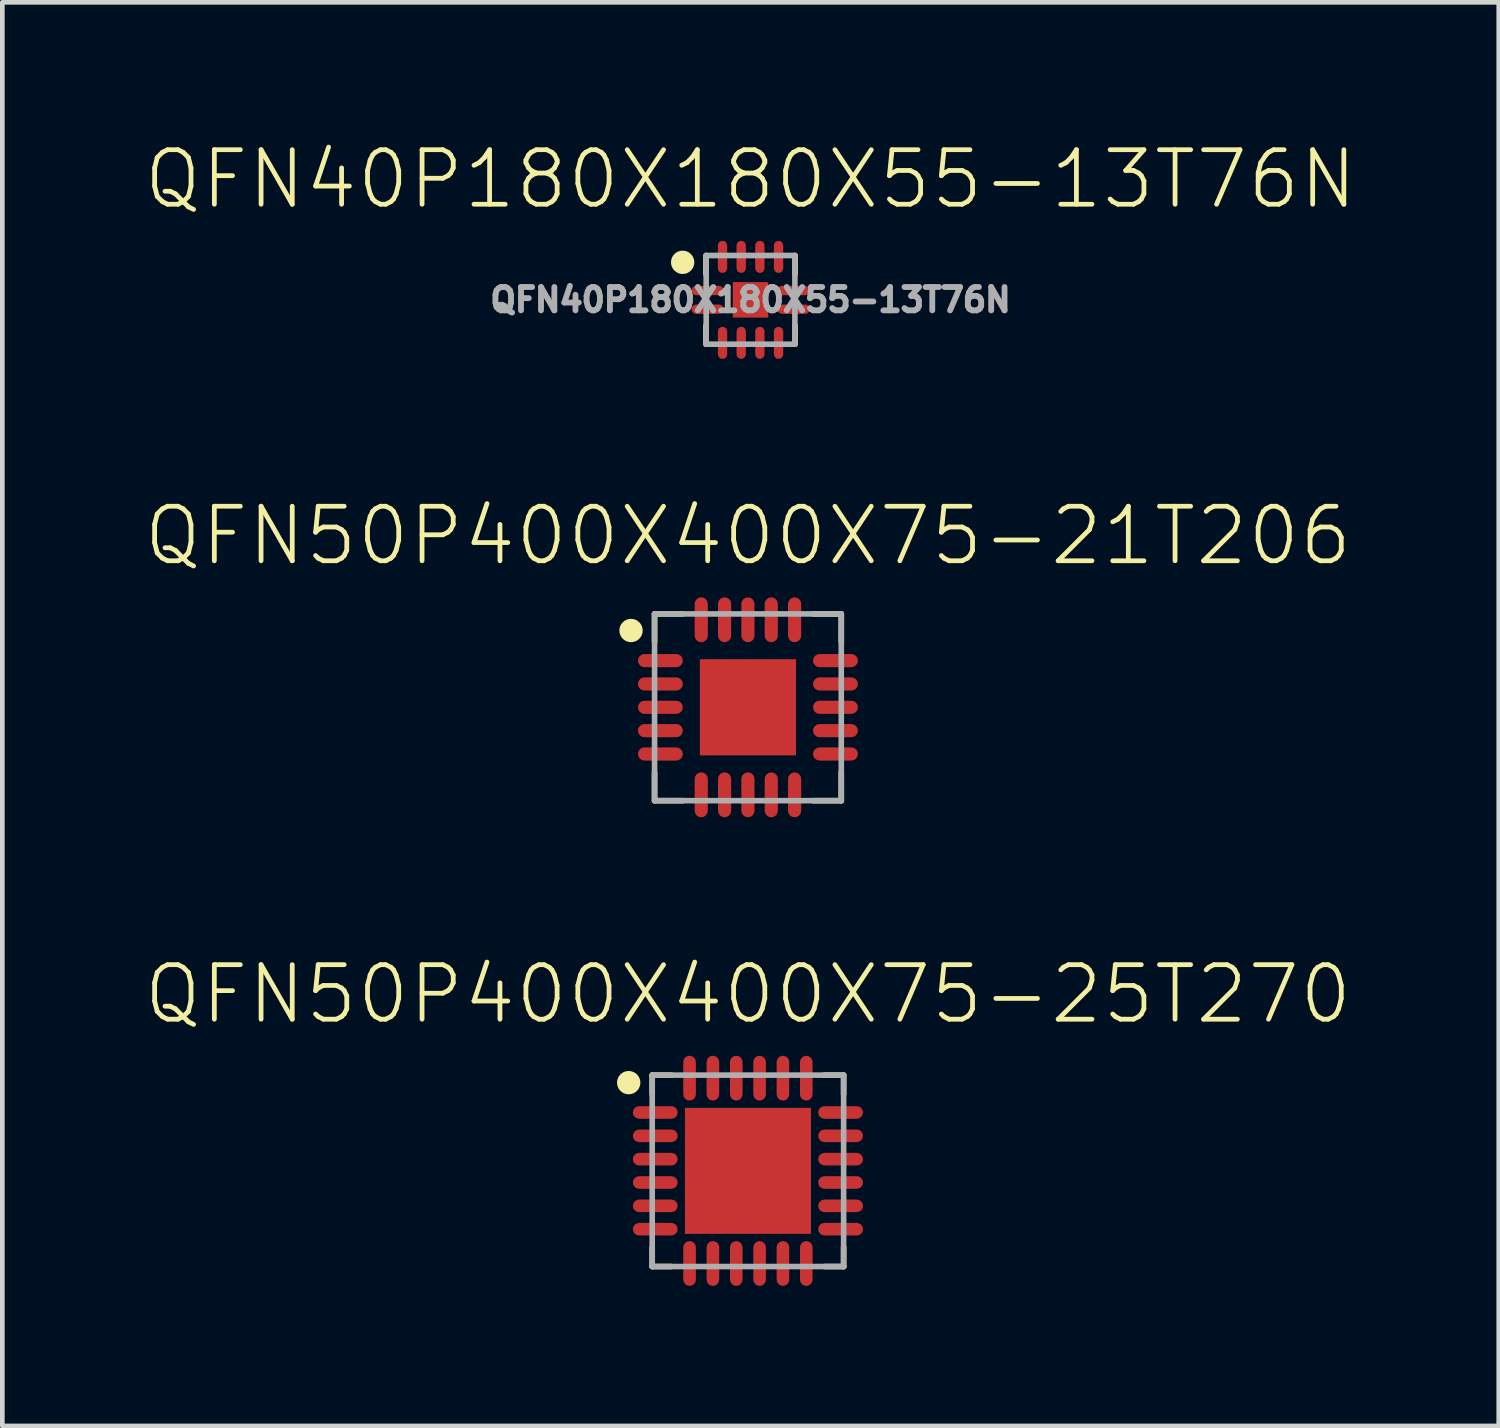
<source format=kicad_pcb>
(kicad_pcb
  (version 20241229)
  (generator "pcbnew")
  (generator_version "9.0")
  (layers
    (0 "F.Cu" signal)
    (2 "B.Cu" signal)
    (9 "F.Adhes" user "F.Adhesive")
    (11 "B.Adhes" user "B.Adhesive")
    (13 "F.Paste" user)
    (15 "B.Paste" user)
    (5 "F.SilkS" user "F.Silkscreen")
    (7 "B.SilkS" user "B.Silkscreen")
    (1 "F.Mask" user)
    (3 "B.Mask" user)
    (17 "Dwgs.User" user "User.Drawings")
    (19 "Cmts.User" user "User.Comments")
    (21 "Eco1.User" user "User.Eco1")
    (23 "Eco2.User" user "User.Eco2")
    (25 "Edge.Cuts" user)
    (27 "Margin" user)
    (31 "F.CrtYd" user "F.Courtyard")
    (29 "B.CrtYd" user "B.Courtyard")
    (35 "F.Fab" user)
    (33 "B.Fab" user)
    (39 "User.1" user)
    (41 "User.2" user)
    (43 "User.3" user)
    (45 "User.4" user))
  (footprint "QFN40P180X180X55-13T76N"
    (layer "F.Cu")
    (at 13.027 3.373)
    (property "Reference" "QFN40P180X180X55-13T76N" (at 0 -1.9 0) (unlocked yes) (layer "F.SilkS") (effects (font (size 1.168 1.168) (thickness 0.102)) (justify bottom)))
    (attr smd)
    (fp_line (start -0.954 -0.95) (end -0.954 -0.554) (stroke (width 0.12) (type solid)) (layer "F.SilkS"))
    (fp_line (start -0.954 0.95) (end -0.954 0.554) (stroke (width 0.12) (type solid)) (layer "F.SilkS"))
    (fp_line (start 0.954 -0.95) (end 0.954 -0.554) (stroke (width 0.12) (type solid)) (layer "F.SilkS"))
    (fp_line (start 0.954 0.95) (end 0.954 0.554) (stroke (width 0.12) (type solid)) (layer "F.SilkS"))
    (fp_circle (center -1.454 -0.804) (end -1.329 -0.804) (stroke (width 0.25) (type solid)) (fill yes) (layer "F.SilkS"))
    (fp_line (start -0.95 -0.95) (end 0.95 -0.95) (stroke (width 0.12) (type solid)) (layer "F.Fab"))
    (fp_line (start -0.95 0.95) (end -0.95 -0.95) (stroke (width 0.12) (type solid)) (layer "F.Fab"))
    (fp_line (start 0.95 -0.95) (end 0.95 0.95) (stroke (width 0.12) (type solid)) (layer "F.Fab"))
    (fp_line (start 0.95 0.95) (end -0.95 0.95) (stroke (width 0.12) (type solid)) (layer "F.Fab"))
    (fp_text user "${REFERENCE}" (at 0 0 0) (unlocked yes) (layer "F.Fab") (effects (font (size 0.5 0.5) (thickness 0.125))))
    (pad "1" smd roundrect (at -0.921 -0.2) (size 0.688 0.2) (layers "F.Cu" "F.Mask" "F.Paste") (roundrect_rratio 0.5))
    (pad "2" smd roundrect (at -0.921 0.2) (size 0.688 0.2) (layers "F.Cu" "F.Mask" "F.Paste") (roundrect_rratio 0.5))
    (pad "3" smd roundrect (at -0.6 0.921 90) (size 0.688 0.2) (layers "F.Cu" "F.Mask" "F.Paste") (roundrect_rratio 0.5))
    (pad "4" smd roundrect (at -0.2 0.921 90) (size 0.688 0.2) (layers "F.Cu" "F.Mask" "F.Paste") (roundrect_rratio 0.5))
    (pad "5" smd roundrect (at 0.2 0.921 90) (size 0.688 0.2) (layers "F.Cu" "F.Mask" "F.Paste") (roundrect_rratio 0.5))
    (pad "6" smd roundrect (at 0.6 0.921 90) (size 0.688 0.2) (layers "F.Cu" "F.Mask" "F.Paste") (roundrect_rratio 0.5))
    (pad "7" smd roundrect (at 0.921 0.2) (size 0.688 0.2) (layers "F.Cu" "F.Mask" "F.Paste") (roundrect_rratio 0.5))
    (pad "8" smd roundrect (at 0.921 -0.2) (size 0.688 0.2) (layers "F.Cu" "F.Mask" "F.Paste") (roundrect_rratio 0.5))
    (pad "9" smd roundrect (at 0.6 -0.921 90) (size 0.688 0.2) (layers "F.Cu" "F.Mask" "F.Paste") (roundrect_rratio 0.5))
    (pad "10" smd roundrect (at 0.2 -0.921 90) (size 0.688 0.2) (layers "F.Cu" "F.Mask" "F.Paste") (roundrect_rratio 0.5))
    (pad "11" smd roundrect (at -0.2 -0.921 90) (size 0.688 0.2) (layers "F.Cu" "F.Mask" "F.Paste") (roundrect_rratio 0.5))
    (pad "12" smd roundrect (at -0.6 -0.921 90) (size 0.688 0.2) (layers "F.Cu" "F.Mask" "F.Paste") (roundrect_rratio 0.5))
    (pad "13" smd rect (at 0 0) (size 0.76 0.76) (layers "F.Cu" "F.Mask" "F.Paste")))
  (footprint "QFN50P400X400X75-21T206"
    (layer "F.Cu")
    (at 12.971 12.101)
    (property "Reference" "QFN50P400X400X75-21T206" (at 0 -2.991 0) (unlocked yes) (layer "F.SilkS") (effects (font (size 1.168 1.168) (thickness 0.102)) (justify bottom)))
    (fp_line (start -2 -2) (end -1.395 -2) (stroke (width 0.12) (type solid)) (layer "F.SilkS"))
    (fp_line (start -2 -1.395) (end -2 -2) (stroke (width 0.12) (type solid)) (layer "F.SilkS"))
    (fp_line (start -2 1.395) (end -2 2) (stroke (width 0.12) (type solid)) (layer "F.SilkS"))
    (fp_line (start -2 2) (end -1.395 2) (stroke (width 0.12) (type solid)) (layer "F.SilkS"))
    (fp_line (start 2 -2) (end 1.395 -2) (stroke (width 0.12) (type solid)) (layer "F.SilkS"))
    (fp_line (start 2 -1.395) (end 2 -2) (stroke (width 0.12) (type solid)) (layer "F.SilkS"))
    (fp_line (start 2 1.395) (end 2 2) (stroke (width 0.12) (type solid)) (layer "F.SilkS"))
    (fp_line (start 2 2) (end 1.395 2) (stroke (width 0.12) (type solid)) (layer "F.SilkS"))
    (fp_circle (center -2.504 -1.645) (end -2.379 -1.645) (stroke (width 0.25) (type solid)) (fill yes) (layer "F.SilkS"))
    (fp_line (start -2 -2) (end 2 -2) (stroke (width 0.12) (type solid)) (layer "F.Fab"))
    (fp_line (start -2 2) (end -2 -2) (stroke (width 0.12) (type solid)) (layer "F.Fab"))
    (fp_line (start 2 -2) (end 2 2) (stroke (width 0.12) (type solid)) (layer "F.Fab"))
    (fp_line (start 2 2) (end -2 2) (stroke (width 0.12) (type solid)) (layer "F.Fab"))
    (pad "1" smd roundrect (at -1.875 -1) (size 0.962 0.282) (layers "F.Cu" "F.Mask" "F.Paste") (roundrect_rratio 0.5))
    (pad "2" smd roundrect (at -1.875 -0.5) (size 0.962 0.282) (layers "F.Cu" "F.Mask" "F.Paste") (roundrect_rratio 0.5))
    (pad "3" smd roundrect (at -1.875 0) (size 0.962 0.282) (layers "F.Cu" "F.Mask" "F.Paste") (roundrect_rratio 0.5))
    (pad "4" smd roundrect (at -1.875 0.5) (size 0.962 0.282) (layers "F.Cu" "F.Mask" "F.Paste") (roundrect_rratio 0.5))
    (pad "5" smd roundrect (at -1.875 1) (size 0.962 0.282) (layers "F.Cu" "F.Mask" "F.Paste") (roundrect_rratio 0.5))
    (pad "6" smd roundrect (at -1 1.875 90) (size 0.962 0.282) (layers "F.Cu" "F.Mask" "F.Paste") (roundrect_rratio 0.5))
    (pad "7" smd roundrect (at -0.5 1.875 90) (size 0.962 0.282) (layers "F.Cu" "F.Mask" "F.Paste") (roundrect_rratio 0.5))
    (pad "8" smd roundrect (at 0 1.875 90) (size 0.962 0.282) (layers "F.Cu" "F.Mask" "F.Paste") (roundrect_rratio 0.5))
    (pad "9" smd roundrect (at 0.5 1.875 90) (size 0.962 0.282) (layers "F.Cu" "F.Mask" "F.Paste") (roundrect_rratio 0.5))
    (pad "10" smd roundrect (at 1 1.875 90) (size 0.962 0.282) (layers "F.Cu" "F.Mask" "F.Paste") (roundrect_rratio 0.5))
    (pad "11" smd roundrect (at 1.875 1) (size 0.962 0.282) (layers "F.Cu" "F.Mask" "F.Paste") (roundrect_rratio 0.5))
    (pad "12" smd roundrect (at 1.875 0.5) (size 0.962 0.282) (layers "F.Cu" "F.Mask" "F.Paste") (roundrect_rratio 0.5))
    (pad "13" smd roundrect (at 1.875 0) (size 0.962 0.282) (layers "F.Cu" "F.Mask" "F.Paste") (roundrect_rratio 0.5))
    (pad "14" smd roundrect (at 1.875 -0.5) (size 0.962 0.282) (layers "F.Cu" "F.Mask" "F.Paste") (roundrect_rratio 0.5))
    (pad "15" smd roundrect (at 1.875 -1) (size 0.962 0.282) (layers "F.Cu" "F.Mask" "F.Paste") (roundrect_rratio 0.5))
    (pad "16" smd roundrect (at 1 -1.875 90) (size 0.962 0.282) (layers "F.Cu" "F.Mask" "F.Paste") (roundrect_rratio 0.5))
    (pad "17" smd roundrect (at 0.5 -1.875 90) (size 0.962 0.282) (layers "F.Cu" "F.Mask" "F.Paste") (roundrect_rratio 0.5))
    (pad "18" smd roundrect (at 0 -1.875 90) (size 0.962 0.282) (layers "F.Cu" "F.Mask" "F.Paste") (roundrect_rratio 0.5))
    (pad "19" smd roundrect (at -0.5 -1.875 90) (size 0.962 0.282) (layers "F.Cu" "F.Mask" "F.Paste") (roundrect_rratio 0.5))
    (pad "20" smd roundrect (at -1 -1.875 90) (size 0.962 0.282) (layers "F.Cu" "F.Mask" "F.Paste") (roundrect_rratio 0.5))
    (pad "21" smd rect (at 0 0) (size 2.06 2.06) (layers "F.Cu" "F.Mask" "F.Paste")))
  (footprint "QFN50P400X400X75-25T270"
    (layer "F.Cu")
    (at 12.971 22.03)
    (property "Reference" "QFN50P400X400X75-25T270" (at 0 -3.1 0) (unlocked yes) (layer "F.SilkS") (effects (font (size 1.168 1.168) (thickness 0.102)) (justify bottom)))
    (fp_line (start -2.05 -2.05) (end -1.639 -2.05) (stroke (width 0.12) (type solid)) (layer "F.SilkS"))
    (fp_line (start -2.05 -1.639) (end -2.05 -2.05) (stroke (width 0.12) (type solid)) (layer "F.SilkS"))
    (fp_line (start -2.05 1.639) (end -2.05 2.05) (stroke (width 0.12) (type solid)) (layer "F.SilkS"))
    (fp_line (start -2.05 2.05) (end -1.639 2.05) (stroke (width 0.12) (type solid)) (layer "F.SilkS"))
    (fp_line (start 2.05 -2.05) (end 1.639 -2.05) (stroke (width 0.12) (type solid)) (layer "F.SilkS"))
    (fp_line (start 2.05 -1.639) (end 2.05 -2.05) (stroke (width 0.12) (type solid)) (layer "F.SilkS"))
    (fp_line (start 2.05 1.639) (end 2.05 2.05) (stroke (width 0.12) (type solid)) (layer "F.SilkS"))
    (fp_line (start 2.05 2.05) (end 1.639 2.05) (stroke (width 0.12) (type solid)) (layer "F.SilkS"))
    (fp_circle (center -2.554 -1.889) (end -2.429 -1.889) (stroke (width 0.25) (type solid)) (fill yes) (layer "F.SilkS"))
    (fp_line (start -2.05 -2.05) (end 2.05 -2.05) (stroke (width 0.12) (type solid)) (layer "F.Fab"))
    (fp_line (start -2.05 2.05) (end -2.05 -2.05) (stroke (width 0.12) (type solid)) (layer "F.Fab"))
    (fp_line (start 2.05 -2.05) (end 2.05 2.05) (stroke (width 0.12) (type solid)) (layer "F.Fab"))
    (fp_line (start 2.05 2.05) (end -2.05 2.05) (stroke (width 0.12) (type solid)) (layer "F.Fab"))
    (pad "1" smd roundrect (at -1.985 -1.25) (size 0.96 0.27) (layers "F.Cu" "F.Mask" "F.Paste") (roundrect_rratio 0.5))
    (pad "2" smd roundrect (at -1.985 -0.75) (size 0.96 0.27) (layers "F.Cu" "F.Mask" "F.Paste") (roundrect_rratio 0.5))
    (pad "3" smd roundrect (at -1.985 -0.25) (size 0.96 0.27) (layers "F.Cu" "F.Mask" "F.Paste") (roundrect_rratio 0.5))
    (pad "4" smd roundrect (at -1.985 0.25) (size 0.96 0.27) (layers "F.Cu" "F.Mask" "F.Paste") (roundrect_rratio 0.5))
    (pad "5" smd roundrect (at -1.985 0.75) (size 0.96 0.27) (layers "F.Cu" "F.Mask" "F.Paste") (roundrect_rratio 0.5))
    (pad "6" smd roundrect (at -1.985 1.25) (size 0.96 0.27) (layers "F.Cu" "F.Mask" "F.Paste") (roundrect_rratio 0.5))
    (pad "7" smd roundrect (at -1.25 1.985 90) (size 0.96 0.27) (layers "F.Cu" "F.Mask" "F.Paste") (roundrect_rratio 0.5))
    (pad "8" smd roundrect (at -0.75 1.985 90) (size 0.96 0.27) (layers "F.Cu" "F.Mask" "F.Paste") (roundrect_rratio 0.5))
    (pad "9" smd roundrect (at -0.25 1.985 90) (size 0.96 0.27) (layers "F.Cu" "F.Mask" "F.Paste") (roundrect_rratio 0.5))
    (pad "10" smd roundrect (at 0.25 1.985 90) (size 0.96 0.27) (layers "F.Cu" "F.Mask" "F.Paste") (roundrect_rratio 0.5))
    (pad "11" smd roundrect (at 0.75 1.985 90) (size 0.96 0.27) (layers "F.Cu" "F.Mask" "F.Paste") (roundrect_rratio 0.5))
    (pad "12" smd roundrect (at 1.25 1.985 90) (size 0.96 0.27) (layers "F.Cu" "F.Mask" "F.Paste") (roundrect_rratio 0.5))
    (pad "13" smd roundrect (at 1.985 1.25) (size 0.96 0.27) (layers "F.Cu" "F.Mask" "F.Paste") (roundrect_rratio 0.5))
    (pad "14" smd roundrect (at 1.985 0.75) (size 0.96 0.27) (layers "F.Cu" "F.Mask" "F.Paste") (roundrect_rratio 0.5))
    (pad "15" smd roundrect (at 1.985 0.25) (size 0.96 0.27) (layers "F.Cu" "F.Mask" "F.Paste") (roundrect_rratio 0.5))
    (pad "16" smd roundrect (at 1.985 -0.25) (size 0.96 0.27) (layers "F.Cu" "F.Mask" "F.Paste") (roundrect_rratio 0.5))
    (pad "17" smd roundrect (at 1.985 -0.75) (size 0.96 0.27) (layers "F.Cu" "F.Mask" "F.Paste") (roundrect_rratio 0.5))
    (pad "18" smd roundrect (at 1.985 -1.25) (size 0.96 0.27) (layers "F.Cu" "F.Mask" "F.Paste") (roundrect_rratio 0.5))
    (pad "19" smd roundrect (at 1.25 -1.985 90) (size 0.96 0.27) (layers "F.Cu" "F.Mask" "F.Paste") (roundrect_rratio 0.5))
    (pad "20" smd roundrect (at 0.75 -1.985 90) (size 0.96 0.27) (layers "F.Cu" "F.Mask" "F.Paste") (roundrect_rratio 0.5))
    (pad "21" smd roundrect (at 0.25 -1.985 90) (size 0.96 0.27) (layers "F.Cu" "F.Mask" "F.Paste") (roundrect_rratio 0.5))
    (pad "22" smd roundrect (at -0.25 -1.985 90) (size 0.96 0.27) (layers "F.Cu" "F.Mask" "F.Paste") (roundrect_rratio 0.5))
    (pad "23" smd roundrect (at -0.75 -1.985 90) (size 0.96 0.27) (layers "F.Cu" "F.Mask" "F.Paste") (roundrect_rratio 0.5))
    (pad "24" smd roundrect (at -1.25 -1.985 90) (size 0.96 0.27) (layers "F.Cu" "F.Mask" "F.Paste") (roundrect_rratio 0.5))
    (pad "25" smd rect (at 0 0) (size 2.7 2.7) (layers "F.Cu" "F.Mask" "F.Paste")))
  (gr_rect
    (start -3 -3)
    (end 29.054 27.495)
    (stroke (width 0.1) (type default))
    (fill no)
    (layer "Edge.Cuts")))
</source>
